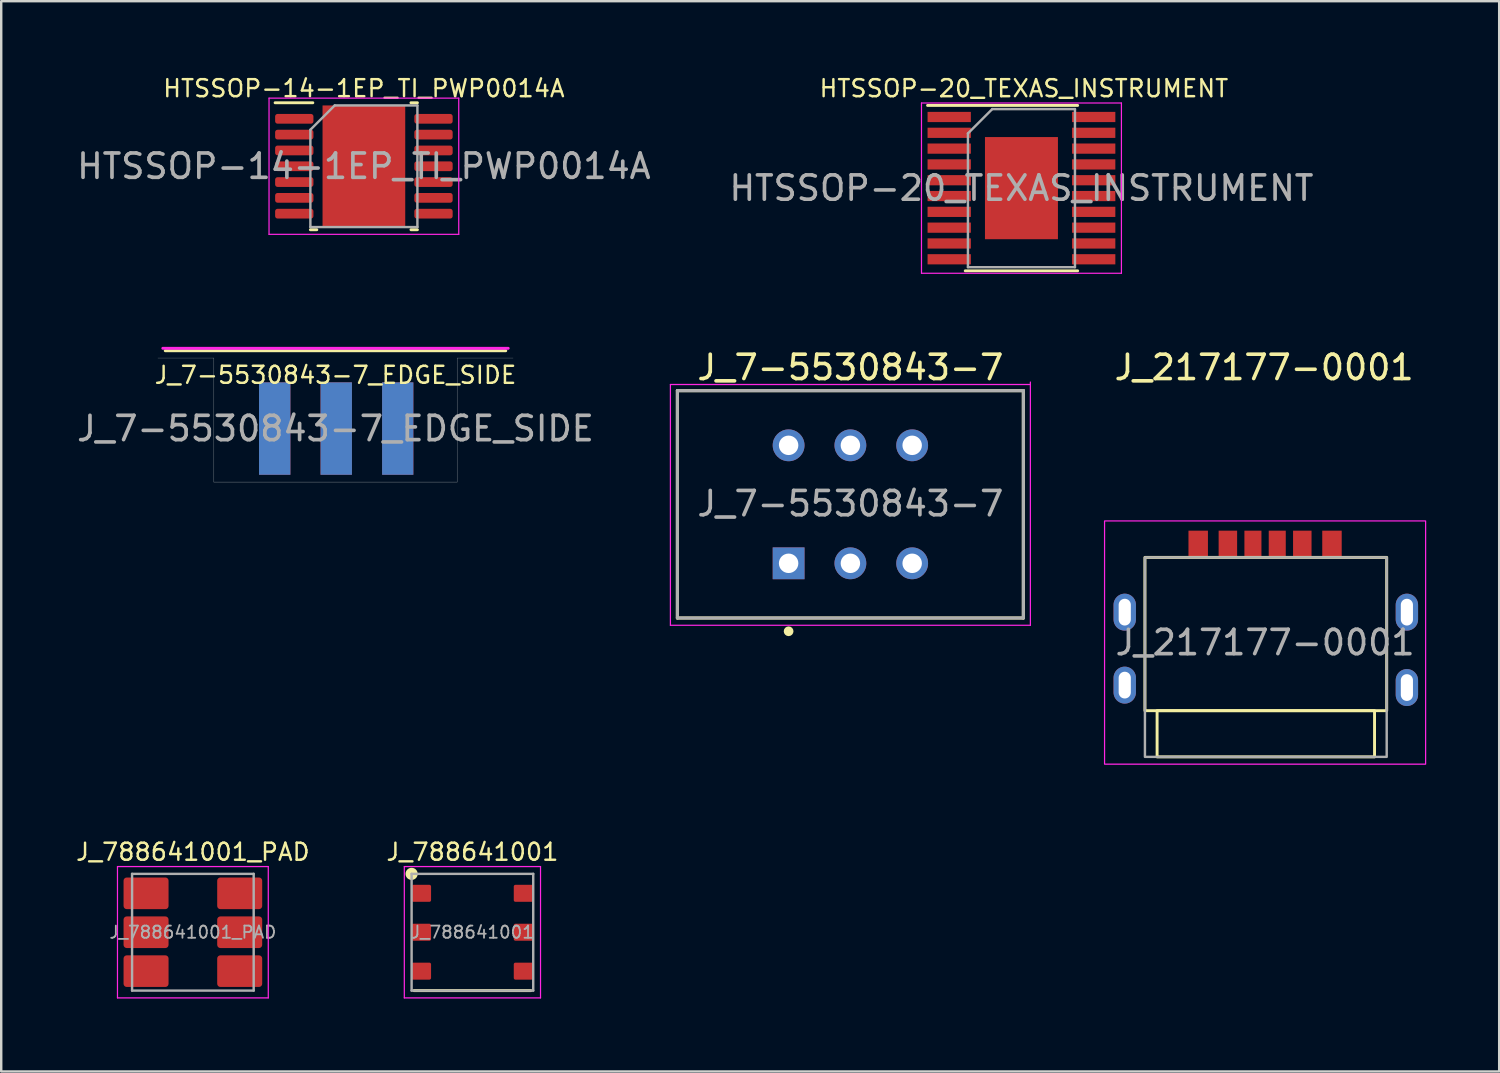
<source format=kicad_pcb>
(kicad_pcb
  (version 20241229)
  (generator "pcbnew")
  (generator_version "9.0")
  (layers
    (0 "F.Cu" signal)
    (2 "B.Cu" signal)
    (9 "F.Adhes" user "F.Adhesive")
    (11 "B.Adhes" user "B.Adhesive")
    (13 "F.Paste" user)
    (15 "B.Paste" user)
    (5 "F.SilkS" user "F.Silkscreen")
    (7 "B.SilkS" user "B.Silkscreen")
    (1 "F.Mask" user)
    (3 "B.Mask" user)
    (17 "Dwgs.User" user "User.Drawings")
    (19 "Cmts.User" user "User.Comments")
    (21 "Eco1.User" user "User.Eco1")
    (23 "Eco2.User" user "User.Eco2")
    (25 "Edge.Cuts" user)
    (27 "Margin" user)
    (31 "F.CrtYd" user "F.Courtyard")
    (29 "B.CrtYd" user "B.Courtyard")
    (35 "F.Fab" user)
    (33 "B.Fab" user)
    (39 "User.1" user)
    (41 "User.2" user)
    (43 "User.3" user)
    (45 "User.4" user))
  (footprint "J_788641001"
    (layer "F.Cu")
    (at 16.373 35.278)
    (property "Reference" "J_788641001" (at 0 -3.3 0) (layer "F.SilkS") (effects (font (size 0.7 0.7) (thickness 0.1))))
    (attr smd)
    (fp_line (start -2.4 2.4) (end 2.4 2.4) (stroke (width 0.12) (type solid)) (layer "F.SilkS"))
    (fp_circle (center -2.5 -2.4) (end -2.3 -2.4) (stroke (width 0.1) (type solid)) (fill yes) (layer "F.SilkS"))
    (fp_line (start -2.8 -2.7) (end -2.8 2.7) (stroke (width 0.05) (type solid)) (layer "F.CrtYd"))
    (fp_line (start -2.8 -2.7) (end 2.8 -2.7) (stroke (width 0.05) (type solid)) (layer "F.CrtYd"))
    (fp_line (start -2.8 2.7) (end 2.8 2.7) (stroke (width 0.05) (type solid)) (layer "F.CrtYd"))
    (fp_line (start 2.8 -2.7) (end 2.8 2.7) (stroke (width 0.05) (type solid)) (layer "F.CrtYd"))
    (fp_line (start -2.5 -2.4) (end -2.5 2.4) (stroke (width 0.1) (type solid)) (layer "F.Fab"))
    (fp_line (start -2.5 -2.4) (end 2.5 -2.4) (stroke (width 0.1) (type solid)) (layer "F.Fab"))
    (fp_line (start -2.5 2.4) (end 2.5 2.4) (stroke (width 0.1) (type solid)) (layer "F.Fab"))
    (fp_line (start 2.5 -2.4) (end 2.5 2.4) (stroke (width 0.1) (type solid)) (layer "F.Fab"))
    (fp_text user "${REFERENCE}" (at 0 0 0) (layer "F.Fab") (effects (font (size 0.5 0.5) (thickness 0.075))))
    (pad "1" smd roundrect (at -2.1 -1.6 90) (size 0.7 0.8) (layers "F.Cu" "F.Mask" "F.Paste") (roundrect_rratio 0.1))
    (pad "2" smd roundrect (at -2.1 0 90) (size 0.7 0.8) (layers "F.Cu" "F.Mask" "F.Paste") (roundrect_rratio 0.1))
    (pad "3" smd roundrect (at -2.1 1.6 90) (size 0.7 0.8) (layers "F.Cu" "F.Mask" "F.Paste") (roundrect_rratio 0.1))
    (pad "4" smd roundrect (at 2.1 1.6 90) (size 0.7 0.8) (layers "F.Cu" "F.Mask" "F.Paste") (roundrect_rratio 0.1))
    (pad "5" smd roundrect (at 2.1 0 90) (size 0.7 0.8) (layers "F.Cu" "F.Mask" "F.Paste") (roundrect_rratio 0.1))
    (pad "6" smd roundrect (at 2.1 -1.6 90) (size 0.7 0.8) (layers "F.Cu" "F.Mask" "F.Paste") (roundrect_rratio 0.1)))
  (footprint "J_7-5530843-7"
    (layer "F.Cu")
    (at 31.913 17.658)
    (property "Reference" "J_7-5530843-7" (at 0 -5.6 0) (unlocked yes) (layer "F.SilkS") (effects (font (size 1 1) (thickness 0.15))))
    (attr smd)
    (fp_line (start -7.112 -4.647) (end 7.112 -4.647) (stroke (width 0.127) (type solid)) (layer "F.SilkS"))
    (fp_line (start -7.112 4.7) (end -7.112 -4.647) (stroke (width 0.127) (type solid)) (layer "F.SilkS"))
    (fp_line (start 7.112 -4.647) (end 7.112 4.7) (stroke (width 0.127) (type solid)) (layer "F.SilkS"))
    (fp_line (start 7.112 4.7) (end -7.112 4.7) (stroke (width 0.127) (type solid)) (layer "F.SilkS"))
    (fp_circle (center -2.54 5.246) (end -2.44 5.246) (stroke (width 0.2) (type solid)) (fill no) (layer "F.SilkS"))
    (fp_line (start -7.4 -4.9) (end 7.4 -4.9) (stroke (width 0.05) (type solid)) (layer "F.CrtYd"))
    (fp_line (start -7.4 5) (end -7.4 -4.9) (stroke (width 0.05) (type solid)) (layer "F.CrtYd"))
    (fp_line (start 7.4 -5) (end 7.4 5) (stroke (width 0.05) (type solid)) (layer "F.CrtYd"))
    (fp_line (start 7.4 5) (end -7.4 5) (stroke (width 0.05) (type solid)) (layer "F.CrtYd"))
    (fp_line (start -7.112 -4.647) (end 7.112 -4.647) (stroke (width 0.127) (type solid)) (layer "F.Fab"))
    (fp_line (start -7.112 4.7) (end -7.112 -4.647) (stroke (width 0.127) (type solid)) (layer "F.Fab"))
    (fp_line (start 7.112 -4.647) (end 7.112 4.7) (stroke (width 0.127) (type solid)) (layer "F.Fab"))
    (fp_line (start 7.112 4.7) (end -7.112 4.7) (stroke (width 0.127) (type solid)) (layer "F.Fab"))
    (fp_text user "${REFERENCE}" (at 0 0 0) (unlocked yes) (layer "F.Fab") (effects (font (size 1 1) (thickness 0.15))))
    (pad "1" thru_hole rect (at -2.54 2.452) (size 1.308 1.308) (drill 0.8) (layers "*.Cu" "*.Mask"))
    (pad "2" thru_hole circle (at 0 2.452) (size 1.308 1.308) (drill 0.8) (layers "*.Cu" "*.Mask"))
    (pad "3" thru_hole circle (at 2.54 2.452) (size 1.308 1.308) (drill 0.8) (layers "*.Cu" "*.Mask"))
    (pad "4" thru_hole circle (at -2.54 -2.399) (size 1.308 1.308) (drill 0.8) (layers "*.Cu" "*.Mask"))
    (pad "5" thru_hole circle (at 0 -2.399) (size 1.308 1.308) (drill 0.8) (layers "*.Cu" "*.Mask"))
    (pad "6" thru_hole circle (at 2.54 -2.399) (size 1.308 1.308) (drill 0.8) (layers "*.Cu" "*.Mask")))
  (footprint "J_7-5530843-7_EDGE_SIDE"
    (layer "F.Cu")
    (at 18.044 16.77)
    (property "Reference" "J_7-5530843-7_EDGE_SIDE" (at -7.3 -4.4 180) (layer "F.SilkS") (effects (font (size 0.7 0.7) (thickness 0.1))))
    (attr through_hole)
    (fp_line (start -14.3 -5.4) (end -0.3 -5.4) (stroke (width 0.12) (type solid)) (layer "F.SilkS"))
    (fp_line (start -12.3 -5.1) (end -14.6 -5.1) (stroke (width 0.01) (type solid)) (layer "Edge.Cuts"))
    (fp_line (start -12.3 -5.1) (end -12.3 0) (stroke (width 0.01) (type solid)) (layer "Edge.Cuts"))
    (fp_line (start -12.3 0) (end -2.3 0) (stroke (width 0.01) (type solid)) (layer "Edge.Cuts"))
    (fp_line (start -2.3 0) (end -2.3 -5.1) (stroke (width 0.01) (type solid)) (layer "Edge.Cuts"))
    (fp_line (start 0 -5.1) (end -2.3 -5.1) (stroke (width 0.01) (type solid)) (layer "Edge.Cuts"))
    (fp_line (start -0.2 -5.5) (end -14.4 -5.5) (stroke (width 0.12) (type solid)) (layer "F.CrtYd"))
    (fp_text user "${REFERENCE}" (at -7.3 -2.2 0) (layer "F.Fab") (effects (font (size 1 1) (thickness 0.15))))
    (pad "1" smd rect (at -9.8 -2.2) (size 1.29 3.8) (layers "F.Cu" "F.Mask"))
    (pad "2" smd rect (at -7.27 -2.2) (size 1.29 3.8) (layers "F.Cu" "F.Mask"))
    (pad "3" smd rect (at -4.742 -2.2) (size 1.285 3.8) (layers "F.Cu" "F.Mask"))
    (pad "4" smd rect (at -9.8 -2.2) (size 1.29 3.8) (layers "B.Cu" "B.Mask"))
    (pad "5" smd rect (at -7.27 -2.2) (size 1.29 3.8) (layers "B.Cu" "B.Mask"))
    (pad "6" smd rect (at -4.742 -2.2) (size 1.285 3.8) (layers "B.Cu" "B.Mask")))
  (footprint "HTSSOP-20_TEXAS_INSTRUMENT"
    (layer "F.Cu")
    (at 39.046 4.685)
    (property "Reference" "HTSSOP-20_TEXAS_INSTRUMENT" (at 0 -4.1 0) (layer "F.SilkS") (effects (font (size 0.7 0.7) (thickness 0.1))))
    (attr smd)
    (fp_line (start 2.21 -3.4) (end -3.96 -3.4) (stroke (width 0.12) (type solid)) (layer "F.SilkS"))
    (fp_line (start 2.21 3.4) (end -2.41 3.4) (stroke (width 0.12) (type solid)) (layer "F.SilkS"))
    (fp_line (start -4.21 -3.5) (end -4.21 3.5) (stroke (width 0.05) (type solid)) (layer "F.CrtYd"))
    (fp_line (start -4.21 3.5) (end 4.01 3.5) (stroke (width 0.05) (type solid)) (layer "F.CrtYd"))
    (fp_line (start 4.01 -3.5) (end -4.21 -3.5) (stroke (width 0.05) (type solid)) (layer "F.CrtYd"))
    (fp_line (start 4.01 3.5) (end 4.01 -3.5) (stroke (width 0.05) (type solid)) (layer "F.CrtYd"))
    (fp_line (start -2.3 -2.25) (end -2.3 3.25) (stroke (width 0.1) (type solid)) (layer "F.Fab"))
    (fp_line (start -2.3 3.25) (end 2.1 3.25) (stroke (width 0.1) (type solid)) (layer "F.Fab"))
    (fp_line (start -1.3 -3.25) (end -2.3 -2.25) (stroke (width 0.1) (type solid)) (layer "F.Fab"))
    (fp_line (start 2.1 -3.25) (end -1.3 -3.25) (stroke (width 0.1) (type solid)) (layer "F.Fab"))
    (fp_line (start 2.1 3.25) (end 2.1 -3.25) (stroke (width 0.1) (type solid)) (layer "F.Fab"))
    (fp_text user "${REFERENCE}" (at -0.1 0 0) (layer "F.Fab") (effects (font (size 1 1) (thickness 0.15))))
    (pad "" smd rect (at -0.812 -1.012) (size 1.275 1.875) (layers "F.Paste"))
    (pad "" smd rect (at -0.812 1.012) (size 1.275 1.875) (layers "F.Paste"))
    (pad "" smd rect (at 0.613 -1.012) (size 1.275 1.875) (layers "F.Paste"))
    (pad "" smd rect (at 0.613 1.012) (size 1.275 1.875) (layers "F.Paste"))
    (pad "1" smd rect (at -3.07 -2.925) (size 1.78 0.42) (layers "F.Cu" "F.Mask" "F.Paste"))
    (pad "2" smd rect (at -3.07 -2.275) (size 1.78 0.42) (layers "F.Cu" "F.Mask" "F.Paste"))
    (pad "3" smd rect (at -3.07 -1.625) (size 1.78 0.42) (layers "F.Cu" "F.Mask" "F.Paste"))
    (pad "4" smd rect (at -3.07 -0.975) (size 1.78 0.42) (layers "F.Cu" "F.Mask" "F.Paste"))
    (pad "5" smd rect (at -3.07 -0.325) (size 1.78 0.42) (layers "F.Cu" "F.Mask" "F.Paste"))
    (pad "6" smd rect (at -3.07 0.325) (size 1.78 0.42) (layers "F.Cu" "F.Mask" "F.Paste"))
    (pad "7" smd rect (at -3.07 0.975) (size 1.78 0.42) (layers "F.Cu" "F.Mask" "F.Paste"))
    (pad "8" smd rect (at -3.07 1.625) (size 1.78 0.42) (layers "F.Cu" "F.Mask" "F.Paste"))
    (pad "9" smd rect (at -3.07 2.275) (size 1.78 0.42) (layers "F.Cu" "F.Mask" "F.Paste"))
    (pad "10" smd rect (at -3.07 2.925) (size 1.78 0.42) (layers "F.Cu" "F.Mask" "F.Paste"))
    (pad "11" smd rect (at 2.87 2.925) (size 1.78 0.42) (layers "F.Cu" "F.Mask" "F.Paste"))
    (pad "12" smd rect (at 2.87 2.275) (size 1.78 0.42) (layers "F.Cu" "F.Mask" "F.Paste"))
    (pad "13" smd rect (at 2.87 1.625) (size 1.78 0.42) (layers "F.Cu" "F.Mask" "F.Paste"))
    (pad "14" smd rect (at 2.87 0.975) (size 1.78 0.42) (layers "F.Cu" "F.Mask" "F.Paste"))
    (pad "15" smd rect (at 2.87 0.325) (size 1.78 0.42) (layers "F.Cu" "F.Mask" "F.Paste"))
    (pad "16" smd rect (at 2.87 -0.325) (size 1.78 0.42) (layers "F.Cu" "F.Mask" "F.Paste"))
    (pad "17" smd rect (at 2.87 -0.975) (size 1.78 0.42) (layers "F.Cu" "F.Mask" "F.Paste"))
    (pad "18" smd rect (at 2.87 -1.625) (size 1.78 0.42) (layers "F.Cu" "F.Mask" "F.Paste"))
    (pad "19" smd rect (at 2.87 -2.275) (size 1.78 0.42) (layers "F.Cu" "F.Mask" "F.Paste"))
    (pad "20" smd rect (at 2.87 -2.925) (size 1.78 0.42) (layers "F.Cu" "F.Mask" "F.Paste"))
    (pad "21" smd rect (at -0.1 0) (size 3 4.2) (layers "F.Cu" "F.Mask")))
  (footprint "J_217177-0001"
    (layer "F.Cu")
    (at 48.963 23.368)
    (property "Reference" "J_217177-0001" (at -0.04 -11.31 0) (unlocked yes) (layer "F.SilkS") (effects (font (size 1 1) (thickness 0.15))))
    (attr smd)
    (fp_rect (start -4.94 -3.5) (end 5 2.8) (stroke (width 0.12) (type solid)) (fill no) (layer "F.SilkS"))
    (fp_rect (start -4.44 2.8) (end 4.5 4.7) (stroke (width 0.12) (type solid)) (fill no) (layer "F.SilkS"))
    (fp_rect (start -6.6 -5) (end 6.6 5) (stroke (width 0.05) (type solid)) (fill no) (layer "F.CrtYd"))
    (fp_rect (start -4.94 -3.5) (end 5 4.7) (stroke (width 0.1) (type solid)) (fill no) (layer "F.Fab"))
    (fp_text user "${REFERENCE}" (at 0 0 0) (unlocked yes) (layer "F.Fab") (effects (font (size 1 1) (thickness 0.15))))
    (pad "1" smd rect (at -2.75 -4.05) (size 0.8 1.1) (layers "F.Cu" "F.Mask" "F.Paste"))
    (pad "2" smd rect (at -1.53 -4.05) (size 0.76 1.1) (layers "F.Cu" "F.Mask" "F.Paste"))
    (pad "3" smd rect (at -0.5 -4.05) (size 0.7 1.1) (layers "F.Cu" "F.Mask" "F.Paste"))
    (pad "4" smd rect (at 0.5 -4.05) (size 0.7 1.1) (layers "F.Cu" "F.Mask" "F.Paste"))
    (pad "5" smd rect (at 1.53 -4.05) (size 0.76 1.1) (layers "F.Cu" "F.Mask" "F.Paste"))
    (pad "6" smd rect (at 2.75 -4.05) (size 0.8 1.1) (layers "F.Cu" "F.Mask" "F.Paste"))
    (pad "7" thru_hole oval (at -5.77 -1.25) (size 0.92 1.52) (drill oval 0.5 1.1) (layers "*.Cu" "*.Mask"))
    (pad "7" thru_hole oval (at -5.77 1.75) (size 0.92 1.52) (drill oval 0.5 1.1) (layers "*.Cu" "*.Mask"))
    (pad "7" thru_hole oval (at 5.83 -1.25) (size 0.92 1.52) (drill oval 0.5 1.1) (layers "*.Cu" "*.Mask"))
    (pad "7" thru_hole oval (at 5.83 1.85) (size 0.92 1.52) (drill oval 0.5 1.1) (layers "*.Cu" "*.Mask")))
  (footprint "J_788641001_PAD"
    (layer "F.Cu")
    (at 4.88 35.278)
    (property "Reference" "J_788641001_PAD" (at 0 -3.3 0) (layer "F.SilkS") (effects (font (size 0.7 0.7) (thickness 0.1))))
    (attr smd)
    (fp_line (start -3.1 -2.7) (end -3.1 2.7) (stroke (width 0.05) (type solid)) (layer "F.CrtYd"))
    (fp_line (start -3.1 -2.7) (end 3.1 -2.7) (stroke (width 0.05) (type solid)) (layer "F.CrtYd"))
    (fp_line (start -3.1 2.7) (end 3.1 2.7) (stroke (width 0.05) (type solid)) (layer "F.CrtYd"))
    (fp_line (start 3.1 -2.7) (end 3.1 2.7) (stroke (width 0.05) (type solid)) (layer "F.CrtYd"))
    (fp_line (start -2.5 -2.4) (end -2.5 2.4) (stroke (width 0.1) (type solid)) (layer "F.Fab"))
    (fp_line (start -2.5 -2.4) (end 2.5 -2.4) (stroke (width 0.1) (type solid)) (layer "F.Fab"))
    (fp_line (start -2.5 2.4) (end 2.5 2.4) (stroke (width 0.1) (type solid)) (layer "F.Fab"))
    (fp_line (start 2.5 -2.4) (end 2.5 2.4) (stroke (width 0.1) (type solid)) (layer "F.Fab"))
    (fp_text user "${REFERENCE}" (at 0 0 0) (layer "F.Fab") (effects (font (size 0.5 0.5) (thickness 0.075))))
    (pad "1" smd roundrect (at -1.925 1.6 90) (size 1.3 1.85) (layers "F.Cu" "F.Mask") (roundrect_rratio 0.1))
    (pad "2" smd roundrect (at -1.925 0 90) (size 1.3 1.85) (layers "F.Cu" "F.Mask") (roundrect_rratio 0.1))
    (pad "3" smd roundrect (at -1.925 -1.6 90) (size 1.3 1.85) (layers "F.Cu" "F.Mask") (roundrect_rratio 0.1))
    (pad "4" smd roundrect (at 1.925 -1.6 90) (size 1.3 1.85) (layers "F.Cu" "F.Mask") (roundrect_rratio 0.1))
    (pad "5" smd roundrect (at 1.925 0 90) (size 1.3 1.85) (layers "F.Cu" "F.Mask") (roundrect_rratio 0.1))
    (pad "6" smd roundrect (at 1.925 1.6 90) (size 1.3 1.85) (layers "F.Cu" "F.Mask") (roundrect_rratio 0.1)))
  (footprint "HTSSOP-14-1EP_TI_PWP0014A"
    (layer "F.Cu")
    (at 11.911 3.785)
    (property "Reference" "HTSSOP-14-1EP_TI_PWP0014A" (at 0 -3.2 0) (layer "F.SilkS") (effects (font (size 0.7 0.7) (thickness 0.1))))
    (attr smd)
    (fp_line (start -2.1 -2.61) (end -3.65 -2.61) (stroke (width 0.12) (type solid)) (layer "F.SilkS"))
    (fp_line (start -1.936 2.61) (end -2.2 2.61) (stroke (width 0.12) (type solid)) (layer "F.SilkS"))
    (fp_line (start 1.936 -2.61) (end 2.2 -2.61) (stroke (width 0.12) (type solid)) (layer "F.SilkS"))
    (fp_line (start 1.936 2.61) (end 2.2 2.61) (stroke (width 0.12) (type solid)) (layer "F.SilkS"))
    (fp_line (start -3.9 -2.8) (end -3.9 2.8) (stroke (width 0.05) (type solid)) (layer "F.CrtYd"))
    (fp_line (start -3.9 2.8) (end 3.9 2.8) (stroke (width 0.05) (type solid)) (layer "F.CrtYd"))
    (fp_line (start 3.9 -2.8) (end -3.9 -2.8) (stroke (width 0.05) (type solid)) (layer "F.CrtYd"))
    (fp_line (start 3.9 2.8) (end 3.9 -2.8) (stroke (width 0.05) (type solid)) (layer "F.CrtYd"))
    (fp_line (start -2.2 -1.5) (end -1.2 -2.5) (stroke (width 0.1) (type solid)) (layer "F.Fab"))
    (fp_line (start -2.2 2.5) (end -2.2 -1.5) (stroke (width 0.1) (type solid)) (layer "F.Fab"))
    (fp_line (start -1.2 -2.5) (end 2.2 -2.5) (stroke (width 0.1) (type solid)) (layer "F.Fab"))
    (fp_line (start 2.2 -2.5) (end 2.2 2.5) (stroke (width 0.1) (type solid)) (layer "F.Fab"))
    (fp_line (start 2.2 2.5) (end -2.2 2.5) (stroke (width 0.1) (type solid)) (layer "F.Fab"))
    (fp_text user "${REFERENCE}" (at 0 0 0) (layer "F.Fab") (effects (font (size 1 1) (thickness 0.15))))
    (pad "" smd roundrect (at -0.75 -0.775) (size 1.21 1.25) (layers "F.Paste") (roundrect_rratio 0.207))
    (pad "" smd roundrect (at -0.75 0.775) (size 1.21 1.25) (layers "F.Paste") (roundrect_rratio 0.207))
    (pad "" smd rect (at 0 0) (size 3 3.1) (layers "F.Mask"))
    (pad "" smd roundrect (at 0.75 -0.775) (size 1.21 1.25) (layers "F.Paste") (roundrect_rratio 0.207))
    (pad "" smd roundrect (at 0.75 0.775) (size 1.21 1.25) (layers "F.Paste") (roundrect_rratio 0.207))
    (pad "1" smd roundrect (at -2.862 -1.95) (size 1.575 0.4) (layers "F.Cu" "F.Mask" "F.Paste") (roundrect_rratio 0.25))
    (pad "2" smd roundrect (at -2.862 -1.3) (size 1.575 0.4) (layers "F.Cu" "F.Mask" "F.Paste") (roundrect_rratio 0.25))
    (pad "3" smd roundrect (at -2.862 -0.65) (size 1.575 0.4) (layers "F.Cu" "F.Mask" "F.Paste") (roundrect_rratio 0.25))
    (pad "4" smd roundrect (at -2.862 0) (size 1.575 0.4) (layers "F.Cu" "F.Mask" "F.Paste") (roundrect_rratio 0.25))
    (pad "5" smd roundrect (at -2.862 0.65) (size 1.575 0.4) (layers "F.Cu" "F.Mask" "F.Paste") (roundrect_rratio 0.25))
    (pad "6" smd roundrect (at -2.862 1.3) (size 1.575 0.4) (layers "F.Cu" "F.Mask" "F.Paste") (roundrect_rratio 0.25))
    (pad "7" smd roundrect (at -2.862 1.95) (size 1.575 0.4) (layers "F.Cu" "F.Mask" "F.Paste") (roundrect_rratio 0.25))
    (pad "8" smd roundrect (at 2.862 1.95) (size 1.575 0.4) (layers "F.Cu" "F.Mask" "F.Paste") (roundrect_rratio 0.25))
    (pad "9" smd roundrect (at 2.862 1.3) (size 1.575 0.4) (layers "F.Cu" "F.Mask" "F.Paste") (roundrect_rratio 0.25))
    (pad "10" smd roundrect (at 2.862 0.65) (size 1.575 0.4) (layers "F.Cu" "F.Mask" "F.Paste") (roundrect_rratio 0.25))
    (pad "11" smd roundrect (at 2.862 0) (size 1.575 0.4) (layers "F.Cu" "F.Mask" "F.Paste") (roundrect_rratio 0.25))
    (pad "12" smd roundrect (at 2.862 -0.65) (size 1.575 0.4) (layers "F.Cu" "F.Mask" "F.Paste") (roundrect_rratio 0.25))
    (pad "13" smd roundrect (at 2.862 -1.3) (size 1.575 0.4) (layers "F.Cu" "F.Mask" "F.Paste") (roundrect_rratio 0.25))
    (pad "14" smd roundrect (at 2.862 -1.95) (size 1.575 0.4) (layers "F.Cu" "F.Mask" "F.Paste") (roundrect_rratio 0.25))
    (pad "15" smd rect (at 0 0) (size 3.4 5) (layers "F.Cu")))
  (gr_rect
    (start -3 -3)
    (end 58.588 41.003)
    (stroke (width 0.1) (type default))
    (fill no)
    (layer "Edge.Cuts")))
</source>
